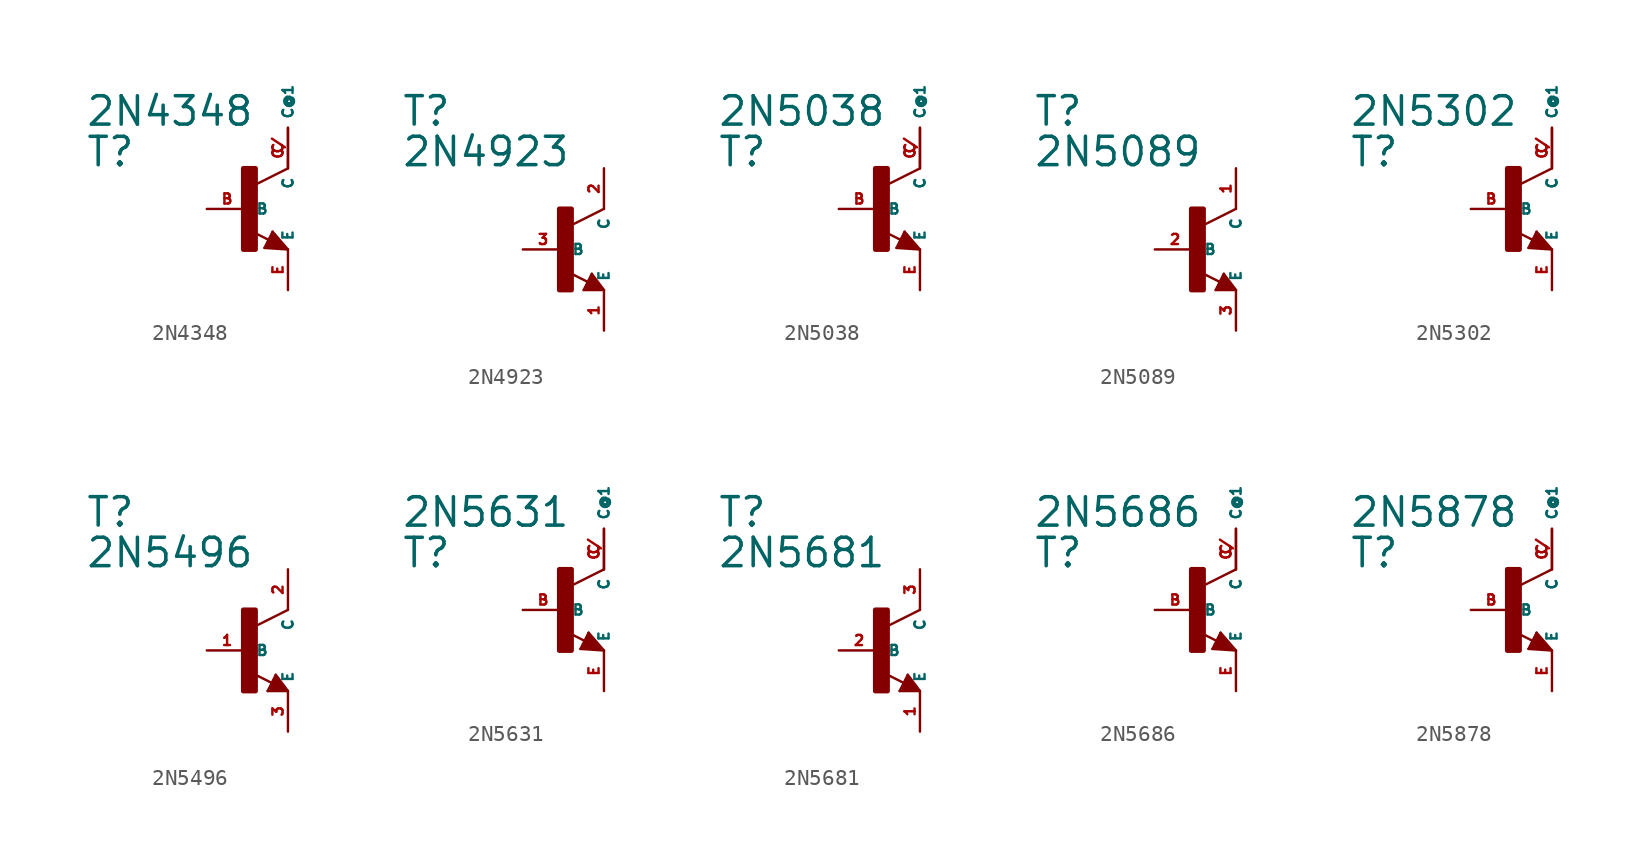
<source format=kicad_sym>
(kicad_symbol_lib
  (version 20220914)
  (generator Eagle2Kicad)
  (symbol "2N4348"
    (property "Reference" "T"
      (at -10.16 2.54 0)
      (effects (font (size 1.778 1.778) (thickness 0.22)) (justify left bottom)))
    (property "Value" "2N4348"
      (at -10.16 5.08 0)
      (effects (font (size 1.778 1.778) (thickness 0.22)) (justify left bottom)))
    (polyline
      (pts (xy 2.54 2.54) (xy 0.508 1.524))
      (stroke (width 0.152) (type default))
      (fill (type none)))
    (polyline
      (pts (xy 1.578 -1.424) (xy 2.54 -2.54))
      (stroke (width 0.152) (type default))
      (fill (type none)))
    (polyline
      (pts (xy 2.54 -2.54) (xy 1.07 -2.44))
      (stroke (width 0.152) (type default))
      (fill (type none)))
    (polyline
      (pts (xy 1.07 -2.44) (xy 1.578 -1.424))
      (stroke (width 0.152) (type default))
      (fill (type none)))
    (polyline
      (pts (xy 1.34 -1.94) (xy 0.108 -1.324))
      (stroke (width 0.152) (type default))
      (fill (type none)))
    (polyline
      (pts (xy 2.286 -2.413) (xy 1.651 -1.651))
      (stroke (width 0.254) (type default))
      (fill (type none)))
    (polyline
      (pts (xy 1.651 -1.651) (xy 1.27 -2.286))
      (stroke (width 0.254) (type default))
      (fill (type none)))
    (polyline
      (pts (xy 1.27 -2.286) (xy 2.159 -2.413))
      (stroke (width 0.254) (type default))
      (fill (type none)))
    (polyline
      (pts (xy 2.159 -2.413) (xy 1.651 -1.905))
      (stroke (width 0.254) (type default))
      (fill (type none)))
    (polyline
      (pts (xy 1.651 -1.905) (xy 1.524 -2.159))
      (stroke (width 0.254) (type default))
      (fill (type none)))
    (polyline
      (pts (xy 1.524 -2.159) (xy 1.778 -2.159))
      (stroke (width 0.254) (type default))
      (fill (type none)))
    (rectangle
      (start -0.254 -2.54)
      (end 0.508 2.54)
      (stroke (width 0.3) (type default))
      (fill (type outline)))
    (pin passive line
      (at -2.54 0 0)
      (length 2.54)
      (name "B" (effects (font (size 0.635 0.635) (thickness 0.08)) (justify left bottom)))
      (number "B" (effects (font (size 0.635 0.635) (thickness 0.08)) (justify left bottom))))
    (pin passive line
      (at 2.54 -5.08 90)
      (length 2.54)
      (name "E" (effects (font (size 0.635 0.635) (thickness 0.08)) (justify left bottom)))
      (number "E" (effects (font (size 0.635 0.635) (thickness 0.08)) (justify left bottom))))
    (pin passive line
      (at 2.54 5.08 270)
      (length 2.54)
      (name "C" (effects (font (size 0.635 0.635) (thickness 0.08)) (justify left bottom)))
      (number "C" (effects (font (size 0.635 0.635) (thickness 0.08)) (justify left bottom))))
    (pin passive line
      (at 2.54 2.54 90)
      (length 2.54)
      (name "C@1" (effects (font (size 0.635 0.635) (thickness 0.08)) (justify left bottom)))
      (number "C/" (effects (font (size 0.635 0.635) (thickness 0.08)) (justify left bottom)))))
  (symbol "2N4923"
    (property "Reference" "T"
      (at -10.16 7.62 0)
      (effects (font (size 1.778 1.778) (thickness 0.22)) (justify left bottom)))
    (property "Value" "2N4923"
      (at -10.16 5.08 0)
      (effects (font (size 1.778 1.778) (thickness 0.22)) (justify left bottom)))
    (polyline
      (pts (xy 2.54 2.54) (xy 0.508 1.524))
      (stroke (width 0.152) (type default))
      (fill (type none)))
    (polyline
      (pts (xy 1.778 -1.524) (xy 2.54 -2.54))
      (stroke (width 0.152) (type default))
      (fill (type none)))
    (polyline
      (pts (xy 2.54 -2.54) (xy 1.27 -2.54))
      (stroke (width 0.152) (type default))
      (fill (type none)))
    (polyline
      (pts (xy 1.27 -2.54) (xy 1.778 -1.524))
      (stroke (width 0.152) (type default))
      (fill (type none)))
    (polyline
      (pts (xy 1.54 -2.04) (xy 0.308 -1.424))
      (stroke (width 0.152) (type default))
      (fill (type none)))
    (polyline
      (pts (xy 1.524 -2.413) (xy 2.286 -2.413))
      (stroke (width 0.254) (type default))
      (fill (type none)))
    (polyline
      (pts (xy 2.286 -2.413) (xy 1.778 -1.778))
      (stroke (width 0.254) (type default))
      (fill (type none)))
    (polyline
      (pts (xy 1.778 -1.778) (xy 1.524 -2.286))
      (stroke (width 0.254) (type default))
      (fill (type none)))
    (polyline
      (pts (xy 1.524 -2.286) (xy 1.905 -2.286))
      (stroke (width 0.254) (type default))
      (fill (type none)))
    (polyline
      (pts (xy 1.905 -2.286) (xy 1.778 -2.032))
      (stroke (width 0.254) (type default))
      (fill (type none)))
    (rectangle
      (start -0.254 -2.54)
      (end 0.508 2.54)
      (stroke (width 0.3) (type default))
      (fill (type outline)))
    (pin passive line
      (at -2.54 0 0)
      (length 2.54)
      (name "B" (effects (font (size 0.635 0.635) (thickness 0.08)) (justify left bottom)))
      (number "3" (effects (font (size 0.635 0.635) (thickness 0.08)) (justify left bottom))))
    (pin passive line
      (at 2.54 -5.08 90)
      (length 2.54)
      (name "E" (effects (font (size 0.635 0.635) (thickness 0.08)) (justify left bottom)))
      (number "1" (effects (font (size 0.635 0.635) (thickness 0.08)) (justify left bottom))))
    (pin passive line
      (at 2.54 5.08 270)
      (length 2.54)
      (name "C" (effects (font (size 0.635 0.635) (thickness 0.08)) (justify left bottom)))
      (number "2" (effects (font (size 0.635 0.635) (thickness 0.08)) (justify left bottom)))))
  (symbol "2N5038"
    (property "Reference" "T"
      (at -10.16 2.54 0)
      (effects (font (size 1.778 1.778) (thickness 0.22)) (justify left bottom)))
    (property "Value" "2N5038"
      (at -10.16 5.08 0)
      (effects (font (size 1.778 1.778) (thickness 0.22)) (justify left bottom)))
    (polyline
      (pts (xy 2.54 2.54) (xy 0.508 1.524))
      (stroke (width 0.152) (type default))
      (fill (type none)))
    (polyline
      (pts (xy 1.578 -1.424) (xy 2.54 -2.54))
      (stroke (width 0.152) (type default))
      (fill (type none)))
    (polyline
      (pts (xy 2.54 -2.54) (xy 1.07 -2.44))
      (stroke (width 0.152) (type default))
      (fill (type none)))
    (polyline
      (pts (xy 1.07 -2.44) (xy 1.578 -1.424))
      (stroke (width 0.152) (type default))
      (fill (type none)))
    (polyline
      (pts (xy 1.34 -1.94) (xy 0.108 -1.324))
      (stroke (width 0.152) (type default))
      (fill (type none)))
    (polyline
      (pts (xy 2.286 -2.413) (xy 1.651 -1.651))
      (stroke (width 0.254) (type default))
      (fill (type none)))
    (polyline
      (pts (xy 1.651 -1.651) (xy 1.27 -2.286))
      (stroke (width 0.254) (type default))
      (fill (type none)))
    (polyline
      (pts (xy 1.27 -2.286) (xy 2.159 -2.413))
      (stroke (width 0.254) (type default))
      (fill (type none)))
    (polyline
      (pts (xy 2.159 -2.413) (xy 1.651 -1.905))
      (stroke (width 0.254) (type default))
      (fill (type none)))
    (polyline
      (pts (xy 1.651 -1.905) (xy 1.524 -2.159))
      (stroke (width 0.254) (type default))
      (fill (type none)))
    (polyline
      (pts (xy 1.524 -2.159) (xy 1.778 -2.159))
      (stroke (width 0.254) (type default))
      (fill (type none)))
    (rectangle
      (start -0.254 -2.54)
      (end 0.508 2.54)
      (stroke (width 0.3) (type default))
      (fill (type outline)))
    (pin passive line
      (at -2.54 0 0)
      (length 2.54)
      (name "B" (effects (font (size 0.635 0.635) (thickness 0.08)) (justify left bottom)))
      (number "B" (effects (font (size 0.635 0.635) (thickness 0.08)) (justify left bottom))))
    (pin passive line
      (at 2.54 -5.08 90)
      (length 2.54)
      (name "E" (effects (font (size 0.635 0.635) (thickness 0.08)) (justify left bottom)))
      (number "E" (effects (font (size 0.635 0.635) (thickness 0.08)) (justify left bottom))))
    (pin passive line
      (at 2.54 5.08 270)
      (length 2.54)
      (name "C" (effects (font (size 0.635 0.635) (thickness 0.08)) (justify left bottom)))
      (number "C" (effects (font (size 0.635 0.635) (thickness 0.08)) (justify left bottom))))
    (pin passive line
      (at 2.54 2.54 90)
      (length 2.54)
      (name "C@1" (effects (font (size 0.635 0.635) (thickness 0.08)) (justify left bottom)))
      (number "C/" (effects (font (size 0.635 0.635) (thickness 0.08)) (justify left bottom)))))
  (symbol "2N5089"
    (property "Reference" "T"
      (at -10.16 7.62 0)
      (effects (font (size 1.778 1.778) (thickness 0.22)) (justify left bottom)))
    (property "Value" "2N5089"
      (at -10.16 5.08 0)
      (effects (font (size 1.778 1.778) (thickness 0.22)) (justify left bottom)))
    (polyline
      (pts (xy 2.54 2.54) (xy 0.508 1.524))
      (stroke (width 0.152) (type default))
      (fill (type none)))
    (polyline
      (pts (xy 1.778 -1.524) (xy 2.54 -2.54))
      (stroke (width 0.152) (type default))
      (fill (type none)))
    (polyline
      (pts (xy 2.54 -2.54) (xy 1.27 -2.54))
      (stroke (width 0.152) (type default))
      (fill (type none)))
    (polyline
      (pts (xy 1.27 -2.54) (xy 1.778 -1.524))
      (stroke (width 0.152) (type default))
      (fill (type none)))
    (polyline
      (pts (xy 1.54 -2.04) (xy 0.308 -1.424))
      (stroke (width 0.152) (type default))
      (fill (type none)))
    (polyline
      (pts (xy 1.524 -2.413) (xy 2.286 -2.413))
      (stroke (width 0.254) (type default))
      (fill (type none)))
    (polyline
      (pts (xy 2.286 -2.413) (xy 1.778 -1.778))
      (stroke (width 0.254) (type default))
      (fill (type none)))
    (polyline
      (pts (xy 1.778 -1.778) (xy 1.524 -2.286))
      (stroke (width 0.254) (type default))
      (fill (type none)))
    (polyline
      (pts (xy 1.524 -2.286) (xy 1.905 -2.286))
      (stroke (width 0.254) (type default))
      (fill (type none)))
    (polyline
      (pts (xy 1.905 -2.286) (xy 1.778 -2.032))
      (stroke (width 0.254) (type default))
      (fill (type none)))
    (rectangle
      (start -0.254 -2.54)
      (end 0.508 2.54)
      (stroke (width 0.3) (type default))
      (fill (type outline)))
    (pin passive line
      (at -2.54 0 0)
      (length 2.54)
      (name "B" (effects (font (size 0.635 0.635) (thickness 0.08)) (justify left bottom)))
      (number "2" (effects (font (size 0.635 0.635) (thickness 0.08)) (justify left bottom))))
    (pin passive line
      (at 2.54 -5.08 90)
      (length 2.54)
      (name "E" (effects (font (size 0.635 0.635) (thickness 0.08)) (justify left bottom)))
      (number "3" (effects (font (size 0.635 0.635) (thickness 0.08)) (justify left bottom))))
    (pin passive line
      (at 2.54 5.08 270)
      (length 2.54)
      (name "C" (effects (font (size 0.635 0.635) (thickness 0.08)) (justify left bottom)))
      (number "1" (effects (font (size 0.635 0.635) (thickness 0.08)) (justify left bottom)))))
  (symbol "2N5302"
    (property "Reference" "T"
      (at -10.16 2.54 0)
      (effects (font (size 1.778 1.778) (thickness 0.22)) (justify left bottom)))
    (property "Value" "2N5302"
      (at -10.16 5.08 0)
      (effects (font (size 1.778 1.778) (thickness 0.22)) (justify left bottom)))
    (polyline
      (pts (xy 2.54 2.54) (xy 0.508 1.524))
      (stroke (width 0.152) (type default))
      (fill (type none)))
    (polyline
      (pts (xy 1.578 -1.424) (xy 2.54 -2.54))
      (stroke (width 0.152) (type default))
      (fill (type none)))
    (polyline
      (pts (xy 2.54 -2.54) (xy 1.07 -2.44))
      (stroke (width 0.152) (type default))
      (fill (type none)))
    (polyline
      (pts (xy 1.07 -2.44) (xy 1.578 -1.424))
      (stroke (width 0.152) (type default))
      (fill (type none)))
    (polyline
      (pts (xy 1.34 -1.94) (xy 0.108 -1.324))
      (stroke (width 0.152) (type default))
      (fill (type none)))
    (polyline
      (pts (xy 2.286 -2.413) (xy 1.651 -1.651))
      (stroke (width 0.254) (type default))
      (fill (type none)))
    (polyline
      (pts (xy 1.651 -1.651) (xy 1.27 -2.286))
      (stroke (width 0.254) (type default))
      (fill (type none)))
    (polyline
      (pts (xy 1.27 -2.286) (xy 2.159 -2.413))
      (stroke (width 0.254) (type default))
      (fill (type none)))
    (polyline
      (pts (xy 2.159 -2.413) (xy 1.651 -1.905))
      (stroke (width 0.254) (type default))
      (fill (type none)))
    (polyline
      (pts (xy 1.651 -1.905) (xy 1.524 -2.159))
      (stroke (width 0.254) (type default))
      (fill (type none)))
    (polyline
      (pts (xy 1.524 -2.159) (xy 1.778 -2.159))
      (stroke (width 0.254) (type default))
      (fill (type none)))
    (rectangle
      (start -0.254 -2.54)
      (end 0.508 2.54)
      (stroke (width 0.3) (type default))
      (fill (type outline)))
    (pin passive line
      (at -2.54 0 0)
      (length 2.54)
      (name "B" (effects (font (size 0.635 0.635) (thickness 0.08)) (justify left bottom)))
      (number "B" (effects (font (size 0.635 0.635) (thickness 0.08)) (justify left bottom))))
    (pin passive line
      (at 2.54 -5.08 90)
      (length 2.54)
      (name "E" (effects (font (size 0.635 0.635) (thickness 0.08)) (justify left bottom)))
      (number "E" (effects (font (size 0.635 0.635) (thickness 0.08)) (justify left bottom))))
    (pin passive line
      (at 2.54 5.08 270)
      (length 2.54)
      (name "C" (effects (font (size 0.635 0.635) (thickness 0.08)) (justify left bottom)))
      (number "C" (effects (font (size 0.635 0.635) (thickness 0.08)) (justify left bottom))))
    (pin passive line
      (at 2.54 2.54 90)
      (length 2.54)
      (name "C@1" (effects (font (size 0.635 0.635) (thickness 0.08)) (justify left bottom)))
      (number "C/" (effects (font (size 0.635 0.635) (thickness 0.08)) (justify left bottom)))))
  (symbol "2N5496"
    (property "Reference" "T"
      (at -10.16 7.62 0)
      (effects (font (size 1.778 1.778) (thickness 0.22)) (justify left bottom)))
    (property "Value" "2N5496"
      (at -10.16 5.08 0)
      (effects (font (size 1.778 1.778) (thickness 0.22)) (justify left bottom)))
    (polyline
      (pts (xy 2.54 2.54) (xy 0.508 1.524))
      (stroke (width 0.152) (type default))
      (fill (type none)))
    (polyline
      (pts (xy 1.778 -1.524) (xy 2.54 -2.54))
      (stroke (width 0.152) (type default))
      (fill (type none)))
    (polyline
      (pts (xy 2.54 -2.54) (xy 1.27 -2.54))
      (stroke (width 0.152) (type default))
      (fill (type none)))
    (polyline
      (pts (xy 1.27 -2.54) (xy 1.778 -1.524))
      (stroke (width 0.152) (type default))
      (fill (type none)))
    (polyline
      (pts (xy 1.54 -2.04) (xy 0.308 -1.424))
      (stroke (width 0.152) (type default))
      (fill (type none)))
    (polyline
      (pts (xy 1.524 -2.413) (xy 2.286 -2.413))
      (stroke (width 0.254) (type default))
      (fill (type none)))
    (polyline
      (pts (xy 2.286 -2.413) (xy 1.778 -1.778))
      (stroke (width 0.254) (type default))
      (fill (type none)))
    (polyline
      (pts (xy 1.778 -1.778) (xy 1.524 -2.286))
      (stroke (width 0.254) (type default))
      (fill (type none)))
    (polyline
      (pts (xy 1.524 -2.286) (xy 1.905 -2.286))
      (stroke (width 0.254) (type default))
      (fill (type none)))
    (polyline
      (pts (xy 1.905 -2.286) (xy 1.778 -2.032))
      (stroke (width 0.254) (type default))
      (fill (type none)))
    (rectangle
      (start -0.254 -2.54)
      (end 0.508 2.54)
      (stroke (width 0.3) (type default))
      (fill (type outline)))
    (pin passive line
      (at -2.54 0 0)
      (length 2.54)
      (name "B" (effects (font (size 0.635 0.635) (thickness 0.08)) (justify left bottom)))
      (number "1" (effects (font (size 0.635 0.635) (thickness 0.08)) (justify left bottom))))
    (pin passive line
      (at 2.54 -5.08 90)
      (length 2.54)
      (name "E" (effects (font (size 0.635 0.635) (thickness 0.08)) (justify left bottom)))
      (number "3" (effects (font (size 0.635 0.635) (thickness 0.08)) (justify left bottom))))
    (pin passive line
      (at 2.54 5.08 270)
      (length 2.54)
      (name "C" (effects (font (size 0.635 0.635) (thickness 0.08)) (justify left bottom)))
      (number "2" (effects (font (size 0.635 0.635) (thickness 0.08)) (justify left bottom)))))
  (symbol "2N5631"
    (property "Reference" "T"
      (at -10.16 2.54 0)
      (effects (font (size 1.778 1.778) (thickness 0.22)) (justify left bottom)))
    (property "Value" "2N5631"
      (at -10.16 5.08 0)
      (effects (font (size 1.778 1.778) (thickness 0.22)) (justify left bottom)))
    (polyline
      (pts (xy 2.54 2.54) (xy 0.508 1.524))
      (stroke (width 0.152) (type default))
      (fill (type none)))
    (polyline
      (pts (xy 1.578 -1.424) (xy 2.54 -2.54))
      (stroke (width 0.152) (type default))
      (fill (type none)))
    (polyline
      (pts (xy 2.54 -2.54) (xy 1.07 -2.44))
      (stroke (width 0.152) (type default))
      (fill (type none)))
    (polyline
      (pts (xy 1.07 -2.44) (xy 1.578 -1.424))
      (stroke (width 0.152) (type default))
      (fill (type none)))
    (polyline
      (pts (xy 1.34 -1.94) (xy 0.108 -1.324))
      (stroke (width 0.152) (type default))
      (fill (type none)))
    (polyline
      (pts (xy 2.286 -2.413) (xy 1.651 -1.651))
      (stroke (width 0.254) (type default))
      (fill (type none)))
    (polyline
      (pts (xy 1.651 -1.651) (xy 1.27 -2.286))
      (stroke (width 0.254) (type default))
      (fill (type none)))
    (polyline
      (pts (xy 1.27 -2.286) (xy 2.159 -2.413))
      (stroke (width 0.254) (type default))
      (fill (type none)))
    (polyline
      (pts (xy 2.159 -2.413) (xy 1.651 -1.905))
      (stroke (width 0.254) (type default))
      (fill (type none)))
    (polyline
      (pts (xy 1.651 -1.905) (xy 1.524 -2.159))
      (stroke (width 0.254) (type default))
      (fill (type none)))
    (polyline
      (pts (xy 1.524 -2.159) (xy 1.778 -2.159))
      (stroke (width 0.254) (type default))
      (fill (type none)))
    (rectangle
      (start -0.254 -2.54)
      (end 0.508 2.54)
      (stroke (width 0.3) (type default))
      (fill (type outline)))
    (pin passive line
      (at -2.54 0 0)
      (length 2.54)
      (name "B" (effects (font (size 0.635 0.635) (thickness 0.08)) (justify left bottom)))
      (number "B" (effects (font (size 0.635 0.635) (thickness 0.08)) (justify left bottom))))
    (pin passive line
      (at 2.54 -5.08 90)
      (length 2.54)
      (name "E" (effects (font (size 0.635 0.635) (thickness 0.08)) (justify left bottom)))
      (number "E" (effects (font (size 0.635 0.635) (thickness 0.08)) (justify left bottom))))
    (pin passive line
      (at 2.54 5.08 270)
      (length 2.54)
      (name "C" (effects (font (size 0.635 0.635) (thickness 0.08)) (justify left bottom)))
      (number "C" (effects (font (size 0.635 0.635) (thickness 0.08)) (justify left bottom))))
    (pin passive line
      (at 2.54 2.54 90)
      (length 2.54)
      (name "C@1" (effects (font (size 0.635 0.635) (thickness 0.08)) (justify left bottom)))
      (number "C/" (effects (font (size 0.635 0.635) (thickness 0.08)) (justify left bottom)))))
  (symbol "2N5681"
    (property "Reference" "T"
      (at -10.16 7.62 0)
      (effects (font (size 1.778 1.778) (thickness 0.22)) (justify left bottom)))
    (property "Value" "2N5681"
      (at -10.16 5.08 0)
      (effects (font (size 1.778 1.778) (thickness 0.22)) (justify left bottom)))
    (polyline
      (pts (xy 2.54 2.54) (xy 0.508 1.524))
      (stroke (width 0.152) (type default))
      (fill (type none)))
    (polyline
      (pts (xy 1.778 -1.524) (xy 2.54 -2.54))
      (stroke (width 0.152) (type default))
      (fill (type none)))
    (polyline
      (pts (xy 2.54 -2.54) (xy 1.27 -2.54))
      (stroke (width 0.152) (type default))
      (fill (type none)))
    (polyline
      (pts (xy 1.27 -2.54) (xy 1.778 -1.524))
      (stroke (width 0.152) (type default))
      (fill (type none)))
    (polyline
      (pts (xy 1.54 -2.04) (xy 0.308 -1.424))
      (stroke (width 0.152) (type default))
      (fill (type none)))
    (polyline
      (pts (xy 1.524 -2.413) (xy 2.286 -2.413))
      (stroke (width 0.254) (type default))
      (fill (type none)))
    (polyline
      (pts (xy 2.286 -2.413) (xy 1.778 -1.778))
      (stroke (width 0.254) (type default))
      (fill (type none)))
    (polyline
      (pts (xy 1.778 -1.778) (xy 1.524 -2.286))
      (stroke (width 0.254) (type default))
      (fill (type none)))
    (polyline
      (pts (xy 1.524 -2.286) (xy 1.905 -2.286))
      (stroke (width 0.254) (type default))
      (fill (type none)))
    (polyline
      (pts (xy 1.905 -2.286) (xy 1.778 -2.032))
      (stroke (width 0.254) (type default))
      (fill (type none)))
    (rectangle
      (start -0.254 -2.54)
      (end 0.508 2.54)
      (stroke (width 0.3) (type default))
      (fill (type outline)))
    (pin passive line
      (at -2.54 0 0)
      (length 2.54)
      (name "B" (effects (font (size 0.635 0.635) (thickness 0.08)) (justify left bottom)))
      (number "2" (effects (font (size 0.635 0.635) (thickness 0.08)) (justify left bottom))))
    (pin passive line
      (at 2.54 -5.08 90)
      (length 2.54)
      (name "E" (effects (font (size 0.635 0.635) (thickness 0.08)) (justify left bottom)))
      (number "1" (effects (font (size 0.635 0.635) (thickness 0.08)) (justify left bottom))))
    (pin passive line
      (at 2.54 5.08 270)
      (length 2.54)
      (name "C" (effects (font (size 0.635 0.635) (thickness 0.08)) (justify left bottom)))
      (number "3" (effects (font (size 0.635 0.635) (thickness 0.08)) (justify left bottom)))))
  (symbol "2N5686"
    (property "Reference" "T"
      (at -10.16 2.54 0)
      (effects (font (size 1.778 1.778) (thickness 0.22)) (justify left bottom)))
    (property "Value" "2N5686"
      (at -10.16 5.08 0)
      (effects (font (size 1.778 1.778) (thickness 0.22)) (justify left bottom)))
    (polyline
      (pts (xy 2.54 2.54) (xy 0.508 1.524))
      (stroke (width 0.152) (type default))
      (fill (type none)))
    (polyline
      (pts (xy 1.578 -1.424) (xy 2.54 -2.54))
      (stroke (width 0.152) (type default))
      (fill (type none)))
    (polyline
      (pts (xy 2.54 -2.54) (xy 1.07 -2.44))
      (stroke (width 0.152) (type default))
      (fill (type none)))
    (polyline
      (pts (xy 1.07 -2.44) (xy 1.578 -1.424))
      (stroke (width 0.152) (type default))
      (fill (type none)))
    (polyline
      (pts (xy 1.34 -1.94) (xy 0.108 -1.324))
      (stroke (width 0.152) (type default))
      (fill (type none)))
    (polyline
      (pts (xy 2.286 -2.413) (xy 1.651 -1.651))
      (stroke (width 0.254) (type default))
      (fill (type none)))
    (polyline
      (pts (xy 1.651 -1.651) (xy 1.27 -2.286))
      (stroke (width 0.254) (type default))
      (fill (type none)))
    (polyline
      (pts (xy 1.27 -2.286) (xy 2.159 -2.413))
      (stroke (width 0.254) (type default))
      (fill (type none)))
    (polyline
      (pts (xy 2.159 -2.413) (xy 1.651 -1.905))
      (stroke (width 0.254) (type default))
      (fill (type none)))
    (polyline
      (pts (xy 1.651 -1.905) (xy 1.524 -2.159))
      (stroke (width 0.254) (type default))
      (fill (type none)))
    (polyline
      (pts (xy 1.524 -2.159) (xy 1.778 -2.159))
      (stroke (width 0.254) (type default))
      (fill (type none)))
    (rectangle
      (start -0.254 -2.54)
      (end 0.508 2.54)
      (stroke (width 0.3) (type default))
      (fill (type outline)))
    (pin passive line
      (at -2.54 0 0)
      (length 2.54)
      (name "B" (effects (font (size 0.635 0.635) (thickness 0.08)) (justify left bottom)))
      (number "B" (effects (font (size 0.635 0.635) (thickness 0.08)) (justify left bottom))))
    (pin passive line
      (at 2.54 -5.08 90)
      (length 2.54)
      (name "E" (effects (font (size 0.635 0.635) (thickness 0.08)) (justify left bottom)))
      (number "E" (effects (font (size 0.635 0.635) (thickness 0.08)) (justify left bottom))))
    (pin passive line
      (at 2.54 5.08 270)
      (length 2.54)
      (name "C" (effects (font (size 0.635 0.635) (thickness 0.08)) (justify left bottom)))
      (number "C" (effects (font (size 0.635 0.635) (thickness 0.08)) (justify left bottom))))
    (pin passive line
      (at 2.54 2.54 90)
      (length 2.54)
      (name "C@1" (effects (font (size 0.635 0.635) (thickness 0.08)) (justify left bottom)))
      (number "C/" (effects (font (size 0.635 0.635) (thickness 0.08)) (justify left bottom)))))
  (symbol "2N5878"
    (property "Reference" "T"
      (at -10.16 2.54 0)
      (effects (font (size 1.778 1.778) (thickness 0.22)) (justify left bottom)))
    (property "Value" "2N5878"
      (at -10.16 5.08 0)
      (effects (font (size 1.778 1.778) (thickness 0.22)) (justify left bottom)))
    (polyline
      (pts (xy 2.54 2.54) (xy 0.508 1.524))
      (stroke (width 0.152) (type default))
      (fill (type none)))
    (polyline
      (pts (xy 1.578 -1.424) (xy 2.54 -2.54))
      (stroke (width 0.152) (type default))
      (fill (type none)))
    (polyline
      (pts (xy 2.54 -2.54) (xy 1.07 -2.44))
      (stroke (width 0.152) (type default))
      (fill (type none)))
    (polyline
      (pts (xy 1.07 -2.44) (xy 1.578 -1.424))
      (stroke (width 0.152) (type default))
      (fill (type none)))
    (polyline
      (pts (xy 1.34 -1.94) (xy 0.108 -1.324))
      (stroke (width 0.152) (type default))
      (fill (type none)))
    (polyline
      (pts (xy 2.286 -2.413) (xy 1.651 -1.651))
      (stroke (width 0.254) (type default))
      (fill (type none)))
    (polyline
      (pts (xy 1.651 -1.651) (xy 1.27 -2.286))
      (stroke (width 0.254) (type default))
      (fill (type none)))
    (polyline
      (pts (xy 1.27 -2.286) (xy 2.159 -2.413))
      (stroke (width 0.254) (type default))
      (fill (type none)))
    (polyline
      (pts (xy 2.159 -2.413) (xy 1.651 -1.905))
      (stroke (width 0.254) (type default))
      (fill (type none)))
    (polyline
      (pts (xy 1.651 -1.905) (xy 1.524 -2.159))
      (stroke (width 0.254) (type default))
      (fill (type none)))
    (polyline
      (pts (xy 1.524 -2.159) (xy 1.778 -2.159))
      (stroke (width 0.254) (type default))
      (fill (type none)))
    (rectangle
      (start -0.254 -2.54)
      (end 0.508 2.54)
      (stroke (width 0.3) (type default))
      (fill (type outline)))
    (pin passive line
      (at -2.54 0 0)
      (length 2.54)
      (name "B" (effects (font (size 0.635 0.635) (thickness 0.08)) (justify left bottom)))
      (number "B" (effects (font (size 0.635 0.635) (thickness 0.08)) (justify left bottom))))
    (pin passive line
      (at 2.54 -5.08 90)
      (length 2.54)
      (name "E" (effects (font (size 0.635 0.635) (thickness 0.08)) (justify left bottom)))
      (number "E" (effects (font (size 0.635 0.635) (thickness 0.08)) (justify left bottom))))
    (pin passive line
      (at 2.54 5.08 270)
      (length 2.54)
      (name "C" (effects (font (size 0.635 0.635) (thickness 0.08)) (justify left bottom)))
      (number "C" (effects (font (size 0.635 0.635) (thickness 0.08)) (justify left bottom))))
    (pin passive line
      (at 2.54 2.54 90)
      (length 2.54)
      (name "C@1" (effects (font (size 0.635 0.635) (thickness 0.08)) (justify left bottom)))
      (number "C/" (effects (font (size 0.635 0.635) (thickness 0.08)) (justify left bottom))))))
</source>
